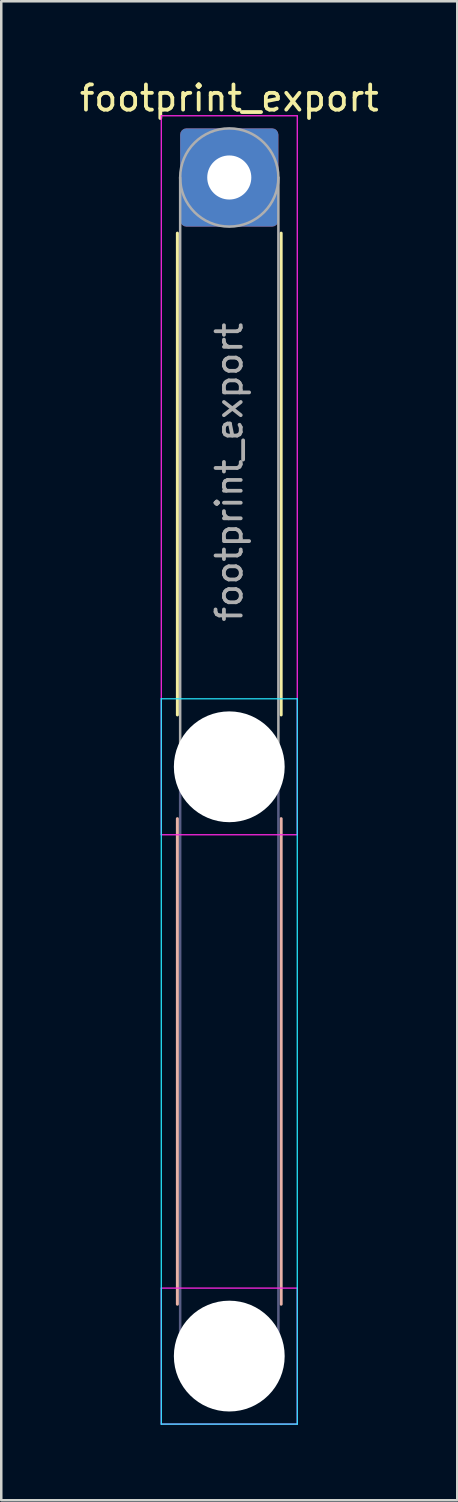
<source format=kicad_pcb>
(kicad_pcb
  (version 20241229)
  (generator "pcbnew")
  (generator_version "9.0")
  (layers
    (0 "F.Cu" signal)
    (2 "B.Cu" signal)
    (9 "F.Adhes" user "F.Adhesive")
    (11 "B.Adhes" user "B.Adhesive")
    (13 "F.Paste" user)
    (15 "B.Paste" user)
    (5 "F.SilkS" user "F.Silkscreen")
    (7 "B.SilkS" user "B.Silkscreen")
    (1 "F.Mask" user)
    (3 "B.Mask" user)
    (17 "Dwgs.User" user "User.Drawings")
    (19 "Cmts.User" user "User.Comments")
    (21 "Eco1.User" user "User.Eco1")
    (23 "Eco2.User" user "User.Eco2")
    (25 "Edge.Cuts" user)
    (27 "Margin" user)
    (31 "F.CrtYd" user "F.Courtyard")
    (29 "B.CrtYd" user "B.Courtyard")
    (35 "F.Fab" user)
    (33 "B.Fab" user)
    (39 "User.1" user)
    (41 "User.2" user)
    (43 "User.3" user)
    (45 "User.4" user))
  (footprint "footprint_export"
    (layer "F.Cu")
    (at 6.054 3.998)
    (property "Reference" "footprint_export" (at 0 -3.15 0) (layer "F.SilkS") (effects (font (size 1 1) (thickness 0.15))))
    (attr exclude_from_pos_files exclude_from_bom)
    (fp_line (start -2.06 2.21) (end -2.06 21.34) (stroke (width 0.12) (type solid)) (layer "F.SilkS"))
    (fp_line (start 2.06 2.21) (end 2.06 21.34) (stroke (width 0.12) (type solid)) (layer "F.SilkS"))
    (fp_line (start -2.06 25.46) (end -2.06 44.74) (stroke (width 0.12) (type solid)) (layer "B.SilkS"))
    (fp_line (start 2.06 25.46) (end 2.06 44.74) (stroke (width 0.12) (type solid)) (layer "B.SilkS"))
    (fp_line (start -2.7 20.7) (end -2.7 49.5) (stroke (width 0.05) (type solid)) (layer "B.CrtYd"))
    (fp_line (start -2.7 49.5) (end 2.7 49.5) (stroke (width 0.05) (type solid)) (layer "B.CrtYd"))
    (fp_line (start 2.7 20.7) (end -2.7 20.7) (stroke (width 0.05) (type solid)) (layer "B.CrtYd"))
    (fp_line (start 2.7 49.5) (end 2.7 20.7) (stroke (width 0.05) (type solid)) (layer "B.CrtYd"))
    (fp_line (start -2.7 -2.45) (end -2.7 26.1) (stroke (width 0.05) (type solid)) (layer "F.CrtYd"))
    (fp_line (start -2.7 26.1) (end 2.7 26.1) (stroke (width 0.05) (type solid)) (layer "F.CrtYd"))
    (fp_line (start -2.7 44.1) (end -2.7 49.5) (stroke (width 0.05) (type solid)) (layer "F.CrtYd"))
    (fp_line (start -2.7 49.5) (end 2.7 49.5) (stroke (width 0.05) (type solid)) (layer "F.CrtYd"))
    (fp_line (start 2.7 -2.45) (end -2.7 -2.45) (stroke (width 0.05) (type solid)) (layer "F.CrtYd"))
    (fp_line (start 2.7 26.1) (end 2.7 -2.45) (stroke (width 0.05) (type solid)) (layer "F.CrtYd"))
    (fp_line (start 2.7 44.1) (end -2.7 44.1) (stroke (width 0.05) (type solid)) (layer "F.CrtYd"))
    (fp_line (start 2.7 49.5) (end 2.7 44.1) (stroke (width 0.05) (type solid)) (layer "F.CrtYd"))
    (fp_line (start -1.95 23.4) (end -1.95 46.8) (stroke (width 0.1) (type solid)) (layer "B.Fab"))
    (fp_line (start 1.95 23.4) (end 1.95 46.8) (stroke (width 0.1) (type solid)) (layer "B.Fab"))
    (fp_circle (center 0 23.4) (end 1.95 23.4) (stroke (width 0.1) (type solid)) (fill no) (layer "B.Fab"))
    (fp_circle (center 0 46.8) (end 1.95 46.8) (stroke (width 0.1) (type solid)) (fill no) (layer "B.Fab"))
    (fp_line (start -1.95 0) (end -1.95 23.4) (stroke (width 0.1) (type solid)) (layer "F.Fab"))
    (fp_line (start 1.95 0) (end 1.95 23.4) (stroke (width 0.1) (type solid)) (layer "F.Fab"))
    (fp_circle (center 0 0) (end 1.95 0) (stroke (width 0.1) (type solid)) (fill no) (layer "F.Fab"))
    (fp_circle (center 0 23.4) (end 1.95 23.4) (stroke (width 0.1) (type solid)) (fill no) (layer "F.Fab"))
    (fp_circle (center 0 46.8) (end 1.95 46.8) (stroke (width 0.1) (type solid)) (fill no) (layer "F.Fab"))
    (fp_text user "${REFERENCE}" (at 0 11.7 90) (layer "F.Fab") (effects (font (size 1 1) (thickness 0.15))))
    (pad "" np_thru_hole circle (at 0 23.4) (size 4.4 4.4) (drill 4.4) (layers "*.Cu" "*.Mask"))
    (pad "" np_thru_hole circle (at 0 46.8) (size 4.4 4.4) (drill 4.4) (layers "*.Cu" "*.Mask"))
    (pad "1" thru_hole roundrect (at 0 0) (size 3.9 3.9) (drill 1.75) (layers "*.Cu" "*.Mask") (roundrect_rratio 0.064)))
  (gr_rect
    (start -3 -3)
    (end 15.107 56.523)
    (stroke (width 0.1) (type default))
    (fill no)
    (layer "Edge.Cuts")))
</source>
